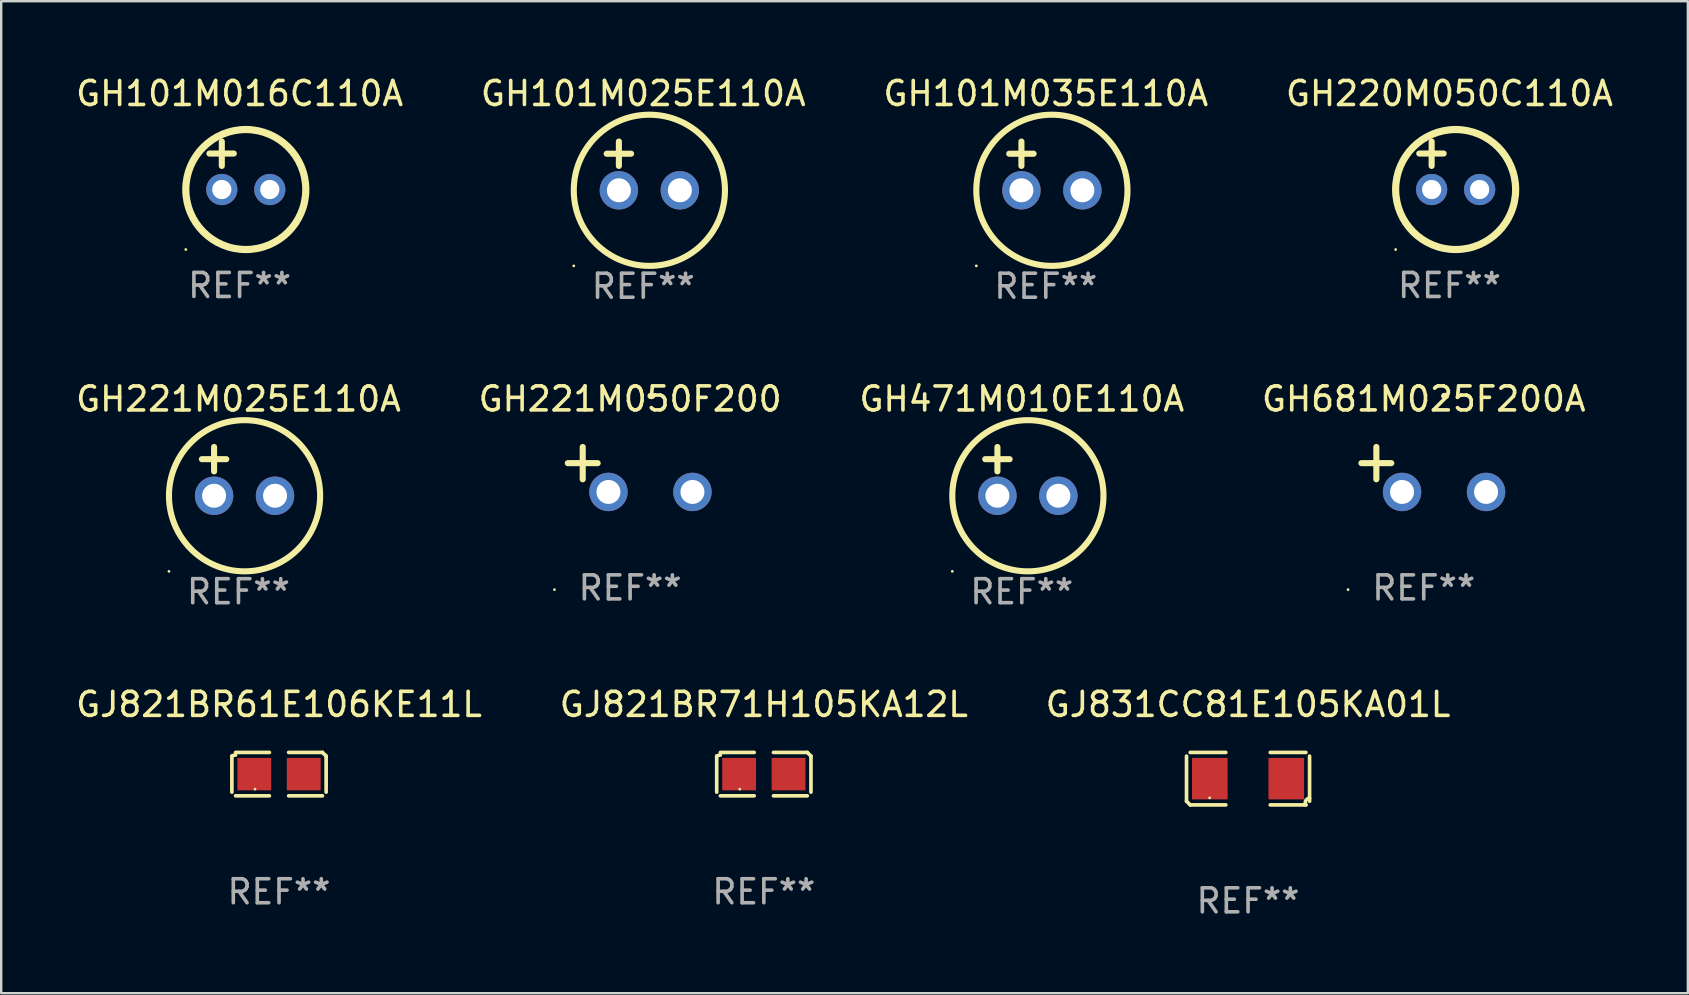
<source format=kicad_pcb>
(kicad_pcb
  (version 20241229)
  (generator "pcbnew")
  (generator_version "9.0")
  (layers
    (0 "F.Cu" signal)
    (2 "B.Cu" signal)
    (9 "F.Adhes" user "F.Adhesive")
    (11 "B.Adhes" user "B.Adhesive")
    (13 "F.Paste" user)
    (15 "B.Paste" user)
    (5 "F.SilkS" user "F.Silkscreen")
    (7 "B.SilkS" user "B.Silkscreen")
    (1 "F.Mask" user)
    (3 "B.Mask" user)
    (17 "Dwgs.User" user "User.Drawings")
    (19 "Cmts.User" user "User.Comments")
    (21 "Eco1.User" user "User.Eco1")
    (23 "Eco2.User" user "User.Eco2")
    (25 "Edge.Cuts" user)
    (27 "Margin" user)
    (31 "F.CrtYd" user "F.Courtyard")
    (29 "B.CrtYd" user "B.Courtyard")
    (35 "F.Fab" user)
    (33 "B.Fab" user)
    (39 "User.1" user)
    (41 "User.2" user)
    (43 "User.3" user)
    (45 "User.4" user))
  (footprint "GH220M050C110A"
    (layer "F.Cu")
    (at 57.351 3.848)
    (property "Reference" "GH220M050C110A" (at 0 -3 0) (layer "F.SilkS") (effects (font (size 1 1) (thickness 0.15))))
    (attr through_hole)
    (fp_line (start -1.258 -0.5) (end -0.242 -0.5) (stroke (width 0.254) (type solid)) (layer "F.SilkS"))
    (fp_line (start -0.742 -1) (end -0.742 0.016) (stroke (width 0.254) (type solid)) (layer "F.SilkS"))
    (fp_circle (center -2.242 3.5) (end -2.212 3.5) (stroke (width 0.06) (type solid)) (fill no) (layer "F.SilkS"))
    (fp_circle (center 0.258 1) (end 2.758 1) (stroke (width 0.3) (type solid)) (fill no) (layer "F.SilkS"))
    (fp_text user "REF**" (at 0 5 0) (layer "F.Fab") (effects (font (size 1 1) (thickness 0.15))))
    (pad "1" thru_hole circle (at -0.742 1) (size 1.3 1.3) (drill 0.8) (layers "*.Cu" "*.Mask"))
    (pad "2" thru_hole circle (at 1.258 1) (size 1.3 1.3) (drill 0.8) (layers "*.Cu" "*.Mask")))
  (footprint "GH101M016C110A"
    (layer "F.Cu")
    (at 6.935 3.848)
    (property "Reference" "GH101M016C110A" (at 0 -3 0) (layer "F.SilkS") (effects (font (size 1 1) (thickness 0.15))))
    (attr through_hole)
    (fp_line (start -1.258 -0.5) (end -0.242 -0.5) (stroke (width 0.254) (type solid)) (layer "F.SilkS"))
    (fp_line (start -0.742 -1) (end -0.742 0.016) (stroke (width 0.254) (type solid)) (layer "F.SilkS"))
    (fp_circle (center -2.242 3.5) (end -2.212 3.5) (stroke (width 0.06) (type solid)) (fill no) (layer "F.SilkS"))
    (fp_circle (center 0.258 1) (end 2.758 1) (stroke (width 0.3) (type solid)) (fill no) (layer "F.SilkS"))
    (fp_text user "REF**" (at 0 5 0) (layer "F.Fab") (effects (font (size 1 1) (thickness 0.15))))
    (pad "1" thru_hole circle (at -0.742 1) (size 1.3 1.3) (drill 0.8) (layers "*.Cu" "*.Mask"))
    (pad "2" thru_hole circle (at 1.258 1) (size 1.3 1.3) (drill 0.8) (layers "*.Cu" "*.Mask")))
  (footprint "GJ821BR61E106KE11L"
    (layer "F.Cu")
    (at 8.577 29.209)
    (property "Reference" "GJ821BR61E106KE11L" (at 0 -2.904 0) (layer "F.SilkS") (effects (font (size 1 1) (thickness 0.15))))
    (attr through_hole)
    (fp_line (start -1.964 0.751) (end -1.964 -0.751) (stroke (width 0.152) (type solid)) (layer "F.SilkS"))
    (fp_line (start -1.811 -0.904) (end -0.401 -0.904) (stroke (width 0.152) (type solid)) (layer "F.SilkS"))
    (fp_line (start -0.401 0.904) (end -1.811 0.904) (stroke (width 0.152) (type solid)) (layer "F.SilkS"))
    (fp_line (start 0.401 0.904) (end 1.811 0.904) (stroke (width 0.152) (type solid)) (layer "F.SilkS"))
    (fp_line (start 1.811 -0.904) (end 0.401 -0.904) (stroke (width 0.152) (type solid)) (layer "F.SilkS"))
    (fp_line (start 1.964 0.751) (end 1.964 -0.751) (stroke (width 0.152) (type solid)) (layer "F.SilkS"))
    (fp_arc (start -1.963602 -0.751207) (mid -1.890354 -0.783131) (end -1.811201 -0.794044) (stroke (width 0.1524) (type solid)) (layer "F.SilkS"))
    (fp_arc (start 1.811202 -0.903607) (mid 1.887413 -0.827418) (end 1.963602 -0.751207) (stroke (width 0.1524) (type solid)) (layer "F.SilkS"))
    (fp_circle (center -1 0.625) (end -0.97 0.625) (stroke (width 0.06) (type solid)) (fill no) (layer "F.SilkS"))
    (fp_text user "REF**" (at 0 4.904 0) (layer "F.Fab") (effects (font (size 1 1) (thickness 0.15))))
    (pad "1" smd rect (at -1.03 0) (size 1.41 1.35) (layers "F.Cu" "F.Mask" "F.Paste"))
    (pad "2" smd rect (at 1.03 0) (size 1.41 1.35) (layers "F.Cu" "F.Mask" "F.Paste")))
  (footprint "GH221M050F200"
    (layer "F.Cu")
    (at 23.208 16.513)
    (property "Reference" "GH221M050F200" (at 0 -2.937 0) (layer "F.SilkS") (effects (font (size 1 1) (thickness 0.15))))
    (attr through_hole)
    (fp_line (start -1.975 0.41) (end -1.975 -0.937) (stroke (width 0.254) (type solid)) (layer "F.SilkS"))
    (fp_line (start -1.353 -0.263) (end -2.597 -0.263) (stroke (width 0.254) (type solid)) (layer "F.SilkS"))
    (fp_arc (start 0.849809 -3.063957) (mid 0.885369 -3.064114) (end 0.920929 -3.063957) (stroke (width 0.254001) (type solid)) (layer "F.SilkS"))
    (fp_circle (center -3.154 5.008) (end -3.124 5.008) (stroke (width 0.06) (type solid)) (fill no) (layer "F.SilkS"))
    (fp_text user "REF**" (at 0 4.937 0) (layer "F.Fab") (effects (font (size 1 1) (thickness 0.15))))
    (pad "1" thru_hole circle (at -0.903 0.937) (size 1.6 1.6) (drill 1) (layers "*.Cu" "*.Mask"))
    (pad "2" thru_hole circle (at 2.597 0.937) (size 1.6 1.6) (drill 1) (layers "*.Cu" "*.Mask")))
  (footprint "GH681M025F200A"
    (layer "F.Cu")
    (at 56.28 16.513)
    (property "Reference" "GH681M025F200A" (at 0 -2.937 0) (layer "F.SilkS") (effects (font (size 1 1) (thickness 0.15))))
    (attr through_hole)
    (fp_line (start -1.975 0.41) (end -1.975 -0.937) (stroke (width 0.254) (type solid)) (layer "F.SilkS"))
    (fp_line (start -1.353 -0.263) (end -2.597 -0.263) (stroke (width 0.254) (type solid)) (layer "F.SilkS"))
    (fp_arc (start 0.849809 -3.063957) (mid 0.885369 -3.064114) (end 0.920929 -3.063957) (stroke (width 0.254001) (type solid)) (layer "F.SilkS"))
    (fp_circle (center -3.154 5.008) (end -3.124 5.008) (stroke (width 0.06) (type solid)) (fill no) (layer "F.SilkS"))
    (fp_text user "REF**" (at 0 4.937 0) (layer "F.Fab") (effects (font (size 1 1) (thickness 0.15))))
    (pad "1" thru_hole circle (at -0.903 0.937) (size 1.6 1.6) (drill 1) (layers "*.Cu" "*.Mask"))
    (pad "2" thru_hole circle (at 2.597 0.937) (size 1.6 1.6) (drill 1) (layers "*.Cu" "*.Mask")))
  (footprint "GJ831CC81E105KA01L"
    (layer "F.Cu")
    (at 48.958 29.398)
    (property "Reference" "GJ831CC81E105KA01L" (at 0 -3.093 0) (layer "F.SilkS") (effects (font (size 1 1) (thickness 0.15))))
    (attr through_hole)
    (fp_line (start -2.564 0.94) (end -2.564 -0.94) (stroke (width 0.152) (type solid)) (layer "F.SilkS"))
    (fp_line (start -2.411 -1.093) (end -0.926 -1.093) (stroke (width 0.152) (type solid)) (layer "F.SilkS"))
    (fp_line (start -0.926 1.093) (end -2.411 1.093) (stroke (width 0.152) (type solid)) (layer "F.SilkS"))
    (fp_line (start 0.926 1.093) (end 2.411 1.093) (stroke (width 0.152) (type solid)) (layer "F.SilkS"))
    (fp_line (start 2.411 -1.093) (end 0.926 -1.093) (stroke (width 0.152) (type solid)) (layer "F.SilkS"))
    (fp_line (start 2.564 0.94) (end 2.564 -0.94) (stroke (width 0.152) (type solid)) (layer "F.SilkS"))
    (fp_arc (start -2.411201 1.092609) (mid -2.487413 1.01642) (end -2.563602 0.940208) (stroke (width 0.1524) (type solid)) (layer "F.SilkS"))
    (fp_arc (start 2.411201 1.092609) (mid 2.407159 0.911226) (end 2.563602 0.819347) (stroke (width 0.1524) (type solid)) (layer "F.SilkS"))
    (fp_circle (center -1.6 0.8) (end -1.57 0.8) (stroke (width 0.06) (type solid)) (fill no) (layer "F.SilkS"))
    (fp_text user "REF**" (at 0 5.093 0) (layer "F.Fab") (effects (font (size 1 1) (thickness 0.15))))
    (pad "1" smd rect (at -1.593 0) (size 1.485 1.728) (layers "F.Cu" "F.Mask" "F.Paste"))
    (pad "2" smd rect (at 1.593 0) (size 1.485 1.728) (layers "F.Cu" "F.Mask" "F.Paste")))
  (footprint "GH101M025E110A"
    (layer "F.Cu")
    (at 23.756 3.864)
    (property "Reference" "GH101M025E110A" (at 0 -3.016 0) (layer "F.SilkS") (effects (font (size 1 1) (thickness 0.15))))
    (attr through_hole)
    (fp_line (start -1.524 -0.508) (end -0.508 -0.508) (stroke (width 0.254) (type solid)) (layer "F.SilkS"))
    (fp_line (start -1.016 -1.016) (end -1.016 0) (stroke (width 0.254) (type solid)) (layer "F.SilkS"))
    (fp_circle (center -2.896 4.166) (end -2.866 4.166) (stroke (width 0.06) (type solid)) (fill no) (layer "F.SilkS"))
    (fp_circle (center 0.254 1.016) (end 3.404 1.016) (stroke (width 0.254) (type solid)) (fill no) (layer "F.SilkS"))
    (fp_text user "REF**" (at 0 5.016 0) (layer "F.Fab") (effects (font (size 1 1) (thickness 0.15))))
    (pad "1" thru_hole circle (at -1.016 1.016) (size 1.6 1.6) (drill 1) (layers "*.Cu" "*.Mask"))
    (pad "2" thru_hole circle (at 1.524 1.016) (size 1.6 1.6) (drill 1) (layers "*.Cu" "*.Mask")))
  (footprint "GH221M025E110A"
    (layer "F.Cu")
    (at 6.887 16.593)
    (property "Reference" "GH221M025E110A" (at 0 -3.016 0) (layer "F.SilkS") (effects (font (size 1 1) (thickness 0.15))))
    (attr through_hole)
    (fp_line (start -1.524 -0.508) (end -0.508 -0.508) (stroke (width 0.254) (type solid)) (layer "F.SilkS"))
    (fp_line (start -1.016 -1.016) (end -1.016 0) (stroke (width 0.254) (type solid)) (layer "F.SilkS"))
    (fp_circle (center -2.896 4.166) (end -2.866 4.166) (stroke (width 0.06) (type solid)) (fill no) (layer "F.SilkS"))
    (fp_circle (center 0.254 1.016) (end 3.404 1.016) (stroke (width 0.254) (type solid)) (fill no) (layer "F.SilkS"))
    (fp_text user "REF**" (at 0 5.016 0) (layer "F.Fab") (effects (font (size 1 1) (thickness 0.15))))
    (pad "1" thru_hole circle (at -1.016 1.016) (size 1.6 1.6) (drill 1) (layers "*.Cu" "*.Mask"))
    (pad "2" thru_hole circle (at 1.524 1.016) (size 1.6 1.6) (drill 1) (layers "*.Cu" "*.Mask")))
  (footprint "GJ821BR71H105KA12L"
    (layer "F.Cu")
    (at 28.78 29.209)
    (property "Reference" "GJ821BR71H105KA12L" (at 0 -2.904 0) (layer "F.SilkS") (effects (font (size 1 1) (thickness 0.15))))
    (attr through_hole)
    (fp_line (start -1.964 0.751) (end -1.964 -0.751) (stroke (width 0.152) (type solid)) (layer "F.SilkS"))
    (fp_line (start -1.811 -0.904) (end -0.401 -0.904) (stroke (width 0.152) (type solid)) (layer "F.SilkS"))
    (fp_line (start -0.401 0.904) (end -1.811 0.904) (stroke (width 0.152) (type solid)) (layer "F.SilkS"))
    (fp_line (start 0.401 0.904) (end 1.811 0.904) (stroke (width 0.152) (type solid)) (layer "F.SilkS"))
    (fp_line (start 1.811 -0.904) (end 0.401 -0.904) (stroke (width 0.152) (type solid)) (layer "F.SilkS"))
    (fp_line (start 1.964 0.751) (end 1.964 -0.751) (stroke (width 0.152) (type solid)) (layer "F.SilkS"))
    (fp_arc (start -1.963602 -0.751207) (mid -1.890354 -0.783131) (end -1.811201 -0.794044) (stroke (width 0.1524) (type solid)) (layer "F.SilkS"))
    (fp_arc (start 1.811202 -0.903607) (mid 1.887413 -0.827418) (end 1.963602 -0.751207) (stroke (width 0.1524) (type solid)) (layer "F.SilkS"))
    (fp_circle (center -1 0.625) (end -0.97 0.625) (stroke (width 0.06) (type solid)) (fill no) (layer "F.SilkS"))
    (fp_text user "REF**" (at 0 4.904 0) (layer "F.Fab") (effects (font (size 1 1) (thickness 0.15))))
    (pad "1" smd rect (at -1.03 0) (size 1.41 1.35) (layers "F.Cu" "F.Mask" "F.Paste"))
    (pad "2" smd rect (at 1.03 0) (size 1.41 1.35) (layers "F.Cu" "F.Mask" "F.Paste")))
  (footprint "GH101M035E110A"
    (layer "F.Cu")
    (at 40.53 3.864)
    (property "Reference" "GH101M035E110A" (at 0 -3.016 0) (layer "F.SilkS") (effects (font (size 1 1) (thickness 0.15))))
    (attr through_hole)
    (fp_line (start -1.524 -0.508) (end -0.508 -0.508) (stroke (width 0.254) (type solid)) (layer "F.SilkS"))
    (fp_line (start -1.016 -1.016) (end -1.016 0) (stroke (width 0.254) (type solid)) (layer "F.SilkS"))
    (fp_circle (center -2.896 4.166) (end -2.866 4.166) (stroke (width 0.06) (type solid)) (fill no) (layer "F.SilkS"))
    (fp_circle (center 0.254 1.016) (end 3.404 1.016) (stroke (width 0.254) (type solid)) (fill no) (layer "F.SilkS"))
    (fp_text user "REF**" (at 0 5.016 0) (layer "F.Fab") (effects (font (size 1 1) (thickness 0.15))))
    (pad "1" thru_hole circle (at -1.016 1.016) (size 1.6 1.6) (drill 1) (layers "*.Cu" "*.Mask"))
    (pad "2" thru_hole circle (at 1.524 1.016) (size 1.6 1.6) (drill 1) (layers "*.Cu" "*.Mask")))
  (footprint "GH471M010E110A"
    (layer "F.Cu")
    (at 39.53 16.593)
    (property "Reference" "GH471M010E110A" (at 0 -3.016 0) (layer "F.SilkS") (effects (font (size 1 1) (thickness 0.15))))
    (attr through_hole)
    (fp_line (start -1.524 -0.508) (end -0.508 -0.508) (stroke (width 0.254) (type solid)) (layer "F.SilkS"))
    (fp_line (start -1.016 -1.016) (end -1.016 0) (stroke (width 0.254) (type solid)) (layer "F.SilkS"))
    (fp_circle (center -2.896 4.166) (end -2.866 4.166) (stroke (width 0.06) (type solid)) (fill no) (layer "F.SilkS"))
    (fp_circle (center 0.254 1.016) (end 3.404 1.016) (stroke (width 0.254) (type solid)) (fill no) (layer "F.SilkS"))
    (fp_text user "REF**" (at 0 5.016 0) (layer "F.Fab") (effects (font (size 1 1) (thickness 0.15))))
    (pad "1" thru_hole circle (at -1.016 1.016) (size 1.6 1.6) (drill 1) (layers "*.Cu" "*.Mask"))
    (pad "2" thru_hole circle (at 1.524 1.016) (size 1.6 1.6) (drill 1) (layers "*.Cu" "*.Mask")))
  (gr_rect
    (start -3 -3)
    (end 67.286 38.339)
    (stroke (width 0.1) (type default))
    (fill no)
    (layer "Edge.Cuts")))
</source>
